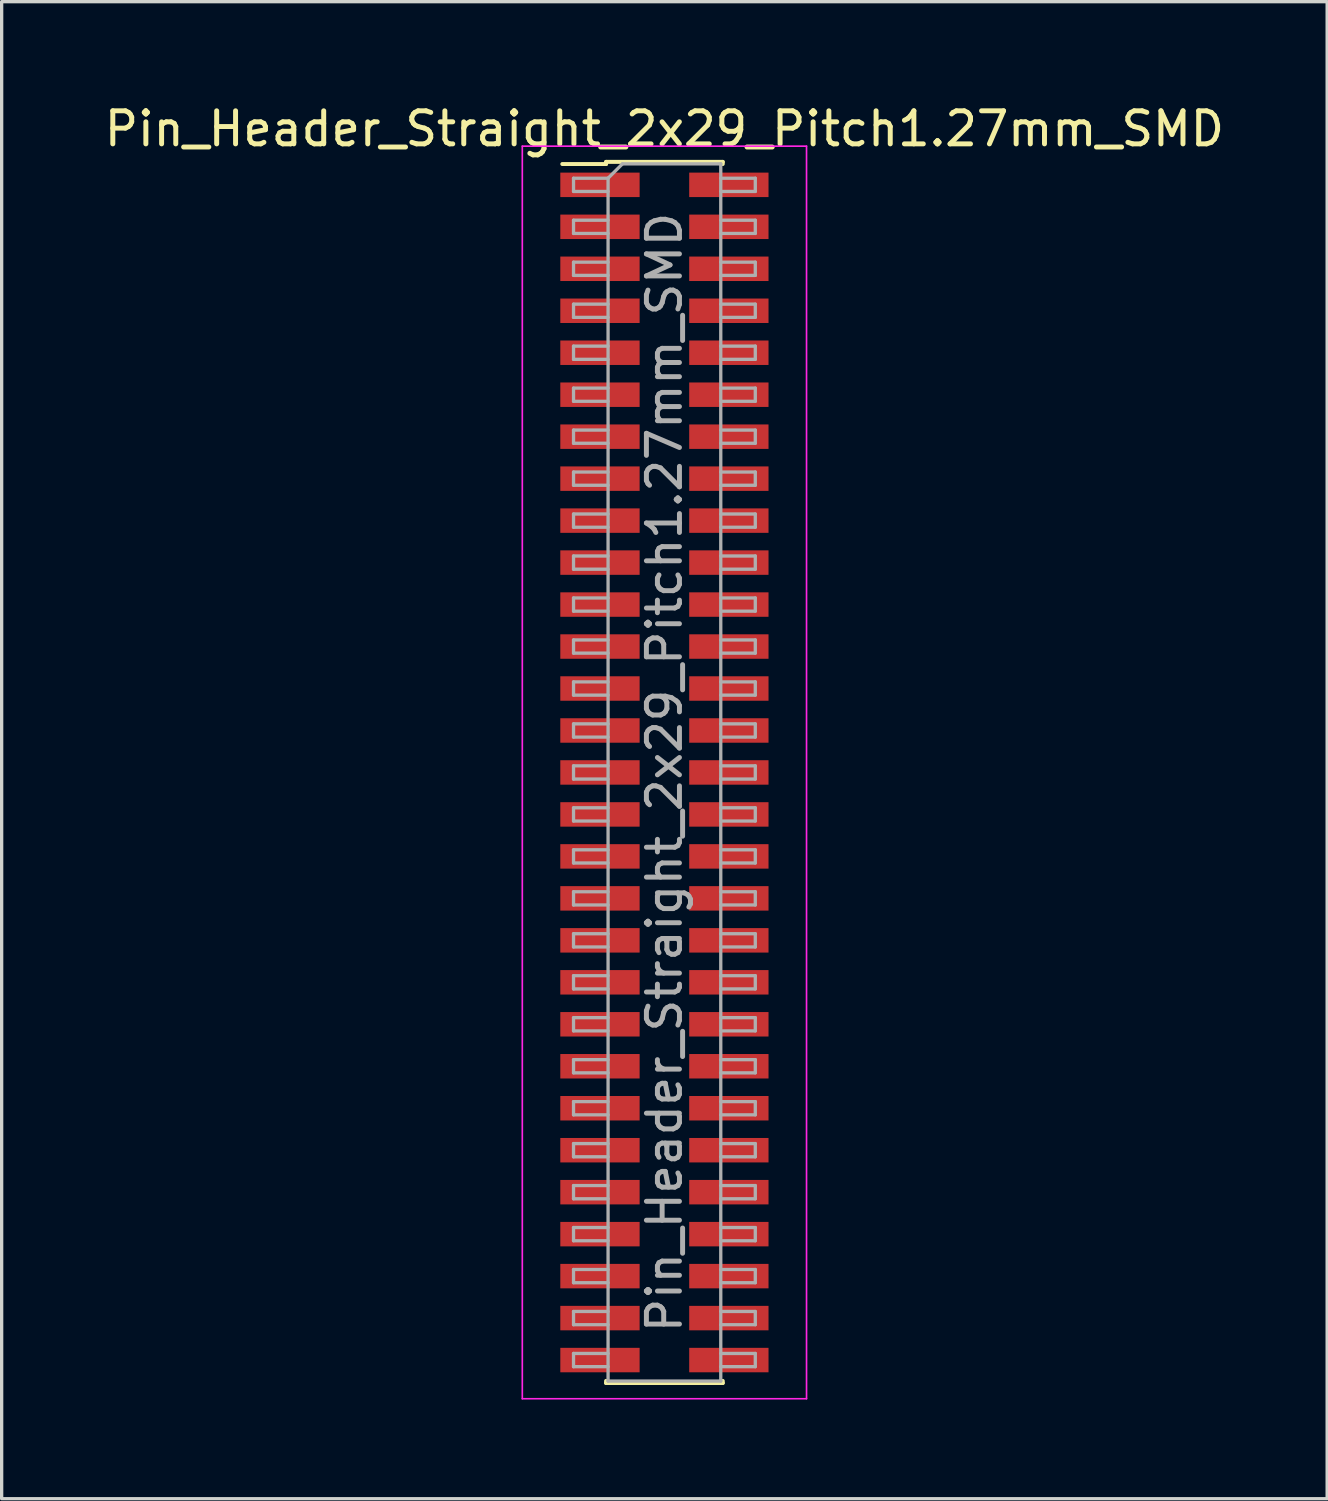
<source format=kicad_pcb>
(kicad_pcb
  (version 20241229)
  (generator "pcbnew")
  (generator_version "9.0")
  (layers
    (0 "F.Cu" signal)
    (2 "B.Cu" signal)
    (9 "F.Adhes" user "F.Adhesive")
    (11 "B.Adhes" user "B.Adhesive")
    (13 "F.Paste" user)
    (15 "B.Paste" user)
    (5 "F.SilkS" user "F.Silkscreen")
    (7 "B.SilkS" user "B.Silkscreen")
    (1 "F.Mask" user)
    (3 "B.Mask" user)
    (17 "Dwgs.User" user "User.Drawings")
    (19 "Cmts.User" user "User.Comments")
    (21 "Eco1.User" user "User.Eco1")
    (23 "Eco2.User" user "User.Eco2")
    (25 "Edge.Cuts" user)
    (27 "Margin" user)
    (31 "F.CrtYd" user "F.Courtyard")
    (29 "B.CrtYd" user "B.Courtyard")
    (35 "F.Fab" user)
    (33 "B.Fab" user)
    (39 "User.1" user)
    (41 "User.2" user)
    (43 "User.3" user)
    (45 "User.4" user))
  (footprint "Pin_Header_Straight_2x29_Pitch1.27mm_SMD"
    (layer "F.Cu")
    (at 17.054 20.323)
    (property "Reference" "Pin_Header_Straight_2x29_Pitch1.27mm_SMD" (at 0 -19.475 0) (layer "F.SilkS") (effects (font (size 1 1) (thickness 0.15))))
    (attr smd)
    (fp_line (start -3.09 -18.41) (end -1.765 -18.41) (stroke (width 0.12) (type solid)) (layer "F.SilkS"))
    (fp_line (start -1.765 -18.475) (end -1.765 -18.41) (stroke (width 0.12) (type solid)) (layer "F.SilkS"))
    (fp_line (start -1.765 -18.475) (end 1.765 -18.475) (stroke (width 0.12) (type solid)) (layer "F.SilkS"))
    (fp_line (start -1.765 18.41) (end -1.765 18.475) (stroke (width 0.12) (type solid)) (layer "F.SilkS"))
    (fp_line (start -1.765 18.475) (end 1.765 18.475) (stroke (width 0.12) (type solid)) (layer "F.SilkS"))
    (fp_line (start 1.765 -18.475) (end 1.765 -18.41) (stroke (width 0.12) (type solid)) (layer "F.SilkS"))
    (fp_line (start 1.765 18.41) (end 1.765 18.475) (stroke (width 0.12) (type solid)) (layer "F.SilkS"))
    (fp_line (start -4.3 -18.95) (end -4.3 18.95) (stroke (width 0.05) (type solid)) (layer "F.CrtYd"))
    (fp_line (start -4.3 18.95) (end 4.3 18.95) (stroke (width 0.05) (type solid)) (layer "F.CrtYd"))
    (fp_line (start 4.3 -18.95) (end -4.3 -18.95) (stroke (width 0.05) (type solid)) (layer "F.CrtYd"))
    (fp_line (start 4.3 18.95) (end 4.3 -18.95) (stroke (width 0.05) (type solid)) (layer "F.CrtYd"))
    (fp_line (start -2.75 -17.98) (end -2.75 -17.58) (stroke (width 0.1) (type solid)) (layer "F.Fab"))
    (fp_line (start -2.75 -17.58) (end -1.705 -17.58) (stroke (width 0.1) (type solid)) (layer "F.Fab"))
    (fp_line (start -2.75 -16.71) (end -2.75 -16.31) (stroke (width 0.1) (type solid)) (layer "F.Fab"))
    (fp_line (start -2.75 -16.31) (end -1.705 -16.31) (stroke (width 0.1) (type solid)) (layer "F.Fab"))
    (fp_line (start -2.75 -15.44) (end -2.75 -15.04) (stroke (width 0.1) (type solid)) (layer "F.Fab"))
    (fp_line (start -2.75 -15.04) (end -1.705 -15.04) (stroke (width 0.1) (type solid)) (layer "F.Fab"))
    (fp_line (start -2.75 -14.17) (end -2.75 -13.77) (stroke (width 0.1) (type solid)) (layer "F.Fab"))
    (fp_line (start -2.75 -13.77) (end -1.705 -13.77) (stroke (width 0.1) (type solid)) (layer "F.Fab"))
    (fp_line (start -2.75 -12.9) (end -2.75 -12.5) (stroke (width 0.1) (type solid)) (layer "F.Fab"))
    (fp_line (start -2.75 -12.5) (end -1.705 -12.5) (stroke (width 0.1) (type solid)) (layer "F.Fab"))
    (fp_line (start -2.75 -11.63) (end -2.75 -11.23) (stroke (width 0.1) (type solid)) (layer "F.Fab"))
    (fp_line (start -2.75 -11.23) (end -1.705 -11.23) (stroke (width 0.1) (type solid)) (layer "F.Fab"))
    (fp_line (start -2.75 -10.36) (end -2.75 -9.96) (stroke (width 0.1) (type solid)) (layer "F.Fab"))
    (fp_line (start -2.75 -9.96) (end -1.705 -9.96) (stroke (width 0.1) (type solid)) (layer "F.Fab"))
    (fp_line (start -2.75 -9.09) (end -2.75 -8.69) (stroke (width 0.1) (type solid)) (layer "F.Fab"))
    (fp_line (start -2.75 -8.69) (end -1.705 -8.69) (stroke (width 0.1) (type solid)) (layer "F.Fab"))
    (fp_line (start -2.75 -7.82) (end -2.75 -7.42) (stroke (width 0.1) (type solid)) (layer "F.Fab"))
    (fp_line (start -2.75 -7.42) (end -1.705 -7.42) (stroke (width 0.1) (type solid)) (layer "F.Fab"))
    (fp_line (start -2.75 -6.55) (end -2.75 -6.15) (stroke (width 0.1) (type solid)) (layer "F.Fab"))
    (fp_line (start -2.75 -6.15) (end -1.705 -6.15) (stroke (width 0.1) (type solid)) (layer "F.Fab"))
    (fp_line (start -2.75 -5.28) (end -2.75 -4.88) (stroke (width 0.1) (type solid)) (layer "F.Fab"))
    (fp_line (start -2.75 -4.88) (end -1.705 -4.88) (stroke (width 0.1) (type solid)) (layer "F.Fab"))
    (fp_line (start -2.75 -4.01) (end -2.75 -3.61) (stroke (width 0.1) (type solid)) (layer "F.Fab"))
    (fp_line (start -2.75 -3.61) (end -1.705 -3.61) (stroke (width 0.1) (type solid)) (layer "F.Fab"))
    (fp_line (start -2.75 -2.74) (end -2.75 -2.34) (stroke (width 0.1) (type solid)) (layer "F.Fab"))
    (fp_line (start -2.75 -2.34) (end -1.705 -2.34) (stroke (width 0.1) (type solid)) (layer "F.Fab"))
    (fp_line (start -2.75 -1.47) (end -2.75 -1.07) (stroke (width 0.1) (type solid)) (layer "F.Fab"))
    (fp_line (start -2.75 -1.07) (end -1.705 -1.07) (stroke (width 0.1) (type solid)) (layer "F.Fab"))
    (fp_line (start -2.75 -0.2) (end -2.75 0.2) (stroke (width 0.1) (type solid)) (layer "F.Fab"))
    (fp_line (start -2.75 0.2) (end -1.705 0.2) (stroke (width 0.1) (type solid)) (layer "F.Fab"))
    (fp_line (start -2.75 1.07) (end -2.75 1.47) (stroke (width 0.1) (type solid)) (layer "F.Fab"))
    (fp_line (start -2.75 1.47) (end -1.705 1.47) (stroke (width 0.1) (type solid)) (layer "F.Fab"))
    (fp_line (start -2.75 2.34) (end -2.75 2.74) (stroke (width 0.1) (type solid)) (layer "F.Fab"))
    (fp_line (start -2.75 2.74) (end -1.705 2.74) (stroke (width 0.1) (type solid)) (layer "F.Fab"))
    (fp_line (start -2.75 3.61) (end -2.75 4.01) (stroke (width 0.1) (type solid)) (layer "F.Fab"))
    (fp_line (start -2.75 4.01) (end -1.705 4.01) (stroke (width 0.1) (type solid)) (layer "F.Fab"))
    (fp_line (start -2.75 4.88) (end -2.75 5.28) (stroke (width 0.1) (type solid)) (layer "F.Fab"))
    (fp_line (start -2.75 5.28) (end -1.705 5.28) (stroke (width 0.1) (type solid)) (layer "F.Fab"))
    (fp_line (start -2.75 6.15) (end -2.75 6.55) (stroke (width 0.1) (type solid)) (layer "F.Fab"))
    (fp_line (start -2.75 6.55) (end -1.705 6.55) (stroke (width 0.1) (type solid)) (layer "F.Fab"))
    (fp_line (start -2.75 7.42) (end -2.75 7.82) (stroke (width 0.1) (type solid)) (layer "F.Fab"))
    (fp_line (start -2.75 7.82) (end -1.705 7.82) (stroke (width 0.1) (type solid)) (layer "F.Fab"))
    (fp_line (start -2.75 8.69) (end -2.75 9.09) (stroke (width 0.1) (type solid)) (layer "F.Fab"))
    (fp_line (start -2.75 9.09) (end -1.705 9.09) (stroke (width 0.1) (type solid)) (layer "F.Fab"))
    (fp_line (start -2.75 9.96) (end -2.75 10.36) (stroke (width 0.1) (type solid)) (layer "F.Fab"))
    (fp_line (start -2.75 10.36) (end -1.705 10.36) (stroke (width 0.1) (type solid)) (layer "F.Fab"))
    (fp_line (start -2.75 11.23) (end -2.75 11.63) (stroke (width 0.1) (type solid)) (layer "F.Fab"))
    (fp_line (start -2.75 11.63) (end -1.705 11.63) (stroke (width 0.1) (type solid)) (layer "F.Fab"))
    (fp_line (start -2.75 12.5) (end -2.75 12.9) (stroke (width 0.1) (type solid)) (layer "F.Fab"))
    (fp_line (start -2.75 12.9) (end -1.705 12.9) (stroke (width 0.1) (type solid)) (layer "F.Fab"))
    (fp_line (start -2.75 13.77) (end -2.75 14.17) (stroke (width 0.1) (type solid)) (layer "F.Fab"))
    (fp_line (start -2.75 14.17) (end -1.705 14.17) (stroke (width 0.1) (type solid)) (layer "F.Fab"))
    (fp_line (start -2.75 15.04) (end -2.75 15.44) (stroke (width 0.1) (type solid)) (layer "F.Fab"))
    (fp_line (start -2.75 15.44) (end -1.705 15.44) (stroke (width 0.1) (type solid)) (layer "F.Fab"))
    (fp_line (start -2.75 16.31) (end -2.75 16.71) (stroke (width 0.1) (type solid)) (layer "F.Fab"))
    (fp_line (start -2.75 16.71) (end -1.705 16.71) (stroke (width 0.1) (type solid)) (layer "F.Fab"))
    (fp_line (start -2.75 17.58) (end -2.75 17.98) (stroke (width 0.1) (type solid)) (layer "F.Fab"))
    (fp_line (start -2.75 17.98) (end -1.705 17.98) (stroke (width 0.1) (type solid)) (layer "F.Fab"))
    (fp_line (start -1.705 -17.98) (end -2.75 -17.98) (stroke (width 0.1) (type solid)) (layer "F.Fab"))
    (fp_line (start -1.705 -17.98) (end -1.27 -18.415) (stroke (width 0.1) (type solid)) (layer "F.Fab"))
    (fp_line (start -1.705 -16.71) (end -2.75 -16.71) (stroke (width 0.1) (type solid)) (layer "F.Fab"))
    (fp_line (start -1.705 -15.44) (end -2.75 -15.44) (stroke (width 0.1) (type solid)) (layer "F.Fab"))
    (fp_line (start -1.705 -14.17) (end -2.75 -14.17) (stroke (width 0.1) (type solid)) (layer "F.Fab"))
    (fp_line (start -1.705 -12.9) (end -2.75 -12.9) (stroke (width 0.1) (type solid)) (layer "F.Fab"))
    (fp_line (start -1.705 -11.63) (end -2.75 -11.63) (stroke (width 0.1) (type solid)) (layer "F.Fab"))
    (fp_line (start -1.705 -10.36) (end -2.75 -10.36) (stroke (width 0.1) (type solid)) (layer "F.Fab"))
    (fp_line (start -1.705 -9.09) (end -2.75 -9.09) (stroke (width 0.1) (type solid)) (layer "F.Fab"))
    (fp_line (start -1.705 -7.82) (end -2.75 -7.82) (stroke (width 0.1) (type solid)) (layer "F.Fab"))
    (fp_line (start -1.705 -6.55) (end -2.75 -6.55) (stroke (width 0.1) (type solid)) (layer "F.Fab"))
    (fp_line (start -1.705 -5.28) (end -2.75 -5.28) (stroke (width 0.1) (type solid)) (layer "F.Fab"))
    (fp_line (start -1.705 -4.01) (end -2.75 -4.01) (stroke (width 0.1) (type solid)) (layer "F.Fab"))
    (fp_line (start -1.705 -2.74) (end -2.75 -2.74) (stroke (width 0.1) (type solid)) (layer "F.Fab"))
    (fp_line (start -1.705 -1.47) (end -2.75 -1.47) (stroke (width 0.1) (type solid)) (layer "F.Fab"))
    (fp_line (start -1.705 -0.2) (end -2.75 -0.2) (stroke (width 0.1) (type solid)) (layer "F.Fab"))
    (fp_line (start -1.705 1.07) (end -2.75 1.07) (stroke (width 0.1) (type solid)) (layer "F.Fab"))
    (fp_line (start -1.705 2.34) (end -2.75 2.34) (stroke (width 0.1) (type solid)) (layer "F.Fab"))
    (fp_line (start -1.705 3.61) (end -2.75 3.61) (stroke (width 0.1) (type solid)) (layer "F.Fab"))
    (fp_line (start -1.705 4.88) (end -2.75 4.88) (stroke (width 0.1) (type solid)) (layer "F.Fab"))
    (fp_line (start -1.705 6.15) (end -2.75 6.15) (stroke (width 0.1) (type solid)) (layer "F.Fab"))
    (fp_line (start -1.705 7.42) (end -2.75 7.42) (stroke (width 0.1) (type solid)) (layer "F.Fab"))
    (fp_line (start -1.705 8.69) (end -2.75 8.69) (stroke (width 0.1) (type solid)) (layer "F.Fab"))
    (fp_line (start -1.705 9.96) (end -2.75 9.96) (stroke (width 0.1) (type solid)) (layer "F.Fab"))
    (fp_line (start -1.705 11.23) (end -2.75 11.23) (stroke (width 0.1) (type solid)) (layer "F.Fab"))
    (fp_line (start -1.705 12.5) (end -2.75 12.5) (stroke (width 0.1) (type solid)) (layer "F.Fab"))
    (fp_line (start -1.705 13.77) (end -2.75 13.77) (stroke (width 0.1) (type solid)) (layer "F.Fab"))
    (fp_line (start -1.705 15.04) (end -2.75 15.04) (stroke (width 0.1) (type solid)) (layer "F.Fab"))
    (fp_line (start -1.705 16.31) (end -2.75 16.31) (stroke (width 0.1) (type solid)) (layer "F.Fab"))
    (fp_line (start -1.705 17.58) (end -2.75 17.58) (stroke (width 0.1) (type solid)) (layer "F.Fab"))
    (fp_line (start -1.705 18.415) (end -1.705 -17.98) (stroke (width 0.1) (type solid)) (layer "F.Fab"))
    (fp_line (start -1.27 -18.415) (end 1.705 -18.415) (stroke (width 0.1) (type solid)) (layer "F.Fab"))
    (fp_line (start 1.705 -18.415) (end 1.705 18.415) (stroke (width 0.1) (type solid)) (layer "F.Fab"))
    (fp_line (start 1.705 -17.98) (end 2.75 -17.98) (stroke (width 0.1) (type solid)) (layer "F.Fab"))
    (fp_line (start 1.705 -16.71) (end 2.75 -16.71) (stroke (width 0.1) (type solid)) (layer "F.Fab"))
    (fp_line (start 1.705 -15.44) (end 2.75 -15.44) (stroke (width 0.1) (type solid)) (layer "F.Fab"))
    (fp_line (start 1.705 -14.17) (end 2.75 -14.17) (stroke (width 0.1) (type solid)) (layer "F.Fab"))
    (fp_line (start 1.705 -12.9) (end 2.75 -12.9) (stroke (width 0.1) (type solid)) (layer "F.Fab"))
    (fp_line (start 1.705 -11.63) (end 2.75 -11.63) (stroke (width 0.1) (type solid)) (layer "F.Fab"))
    (fp_line (start 1.705 -10.36) (end 2.75 -10.36) (stroke (width 0.1) (type solid)) (layer "F.Fab"))
    (fp_line (start 1.705 -9.09) (end 2.75 -9.09) (stroke (width 0.1) (type solid)) (layer "F.Fab"))
    (fp_line (start 1.705 -7.82) (end 2.75 -7.82) (stroke (width 0.1) (type solid)) (layer "F.Fab"))
    (fp_line (start 1.705 -6.55) (end 2.75 -6.55) (stroke (width 0.1) (type solid)) (layer "F.Fab"))
    (fp_line (start 1.705 -5.28) (end 2.75 -5.28) (stroke (width 0.1) (type solid)) (layer "F.Fab"))
    (fp_line (start 1.705 -4.01) (end 2.75 -4.01) (stroke (width 0.1) (type solid)) (layer "F.Fab"))
    (fp_line (start 1.705 -2.74) (end 2.75 -2.74) (stroke (width 0.1) (type solid)) (layer "F.Fab"))
    (fp_line (start 1.705 -1.47) (end 2.75 -1.47) (stroke (width 0.1) (type solid)) (layer "F.Fab"))
    (fp_line (start 1.705 -0.2) (end 2.75 -0.2) (stroke (width 0.1) (type solid)) (layer "F.Fab"))
    (fp_line (start 1.705 1.07) (end 2.75 1.07) (stroke (width 0.1) (type solid)) (layer "F.Fab"))
    (fp_line (start 1.705 2.34) (end 2.75 2.34) (stroke (width 0.1) (type solid)) (layer "F.Fab"))
    (fp_line (start 1.705 3.61) (end 2.75 3.61) (stroke (width 0.1) (type solid)) (layer "F.Fab"))
    (fp_line (start 1.705 4.88) (end 2.75 4.88) (stroke (width 0.1) (type solid)) (layer "F.Fab"))
    (fp_line (start 1.705 6.15) (end 2.75 6.15) (stroke (width 0.1) (type solid)) (layer "F.Fab"))
    (fp_line (start 1.705 7.42) (end 2.75 7.42) (stroke (width 0.1) (type solid)) (layer "F.Fab"))
    (fp_line (start 1.705 8.69) (end 2.75 8.69) (stroke (width 0.1) (type solid)) (layer "F.Fab"))
    (fp_line (start 1.705 9.96) (end 2.75 9.96) (stroke (width 0.1) (type solid)) (layer "F.Fab"))
    (fp_line (start 1.705 11.23) (end 2.75 11.23) (stroke (width 0.1) (type solid)) (layer "F.Fab"))
    (fp_line (start 1.705 12.5) (end 2.75 12.5) (stroke (width 0.1) (type solid)) (layer "F.Fab"))
    (fp_line (start 1.705 13.77) (end 2.75 13.77) (stroke (width 0.1) (type solid)) (layer "F.Fab"))
    (fp_line (start 1.705 15.04) (end 2.75 15.04) (stroke (width 0.1) (type solid)) (layer "F.Fab"))
    (fp_line (start 1.705 16.31) (end 2.75 16.31) (stroke (width 0.1) (type solid)) (layer "F.Fab"))
    (fp_line (start 1.705 17.58) (end 2.75 17.58) (stroke (width 0.1) (type solid)) (layer "F.Fab"))
    (fp_line (start 1.705 18.415) (end -1.705 18.415) (stroke (width 0.1) (type solid)) (layer "F.Fab"))
    (fp_line (start 2.75 -17.98) (end 2.75 -17.58) (stroke (width 0.1) (type solid)) (layer "F.Fab"))
    (fp_line (start 2.75 -17.58) (end 1.705 -17.58) (stroke (width 0.1) (type solid)) (layer "F.Fab"))
    (fp_line (start 2.75 -16.71) (end 2.75 -16.31) (stroke (width 0.1) (type solid)) (layer "F.Fab"))
    (fp_line (start 2.75 -16.31) (end 1.705 -16.31) (stroke (width 0.1) (type solid)) (layer "F.Fab"))
    (fp_line (start 2.75 -15.44) (end 2.75 -15.04) (stroke (width 0.1) (type solid)) (layer "F.Fab"))
    (fp_line (start 2.75 -15.04) (end 1.705 -15.04) (stroke (width 0.1) (type solid)) (layer "F.Fab"))
    (fp_line (start 2.75 -14.17) (end 2.75 -13.77) (stroke (width 0.1) (type solid)) (layer "F.Fab"))
    (fp_line (start 2.75 -13.77) (end 1.705 -13.77) (stroke (width 0.1) (type solid)) (layer "F.Fab"))
    (fp_line (start 2.75 -12.9) (end 2.75 -12.5) (stroke (width 0.1) (type solid)) (layer "F.Fab"))
    (fp_line (start 2.75 -12.5) (end 1.705 -12.5) (stroke (width 0.1) (type solid)) (layer "F.Fab"))
    (fp_line (start 2.75 -11.63) (end 2.75 -11.23) (stroke (width 0.1) (type solid)) (layer "F.Fab"))
    (fp_line (start 2.75 -11.23) (end 1.705 -11.23) (stroke (width 0.1) (type solid)) (layer "F.Fab"))
    (fp_line (start 2.75 -10.36) (end 2.75 -9.96) (stroke (width 0.1) (type solid)) (layer "F.Fab"))
    (fp_line (start 2.75 -9.96) (end 1.705 -9.96) (stroke (width 0.1) (type solid)) (layer "F.Fab"))
    (fp_line (start 2.75 -9.09) (end 2.75 -8.69) (stroke (width 0.1) (type solid)) (layer "F.Fab"))
    (fp_line (start 2.75 -8.69) (end 1.705 -8.69) (stroke (width 0.1) (type solid)) (layer "F.Fab"))
    (fp_line (start 2.75 -7.82) (end 2.75 -7.42) (stroke (width 0.1) (type solid)) (layer "F.Fab"))
    (fp_line (start 2.75 -7.42) (end 1.705 -7.42) (stroke (width 0.1) (type solid)) (layer "F.Fab"))
    (fp_line (start 2.75 -6.55) (end 2.75 -6.15) (stroke (width 0.1) (type solid)) (layer "F.Fab"))
    (fp_line (start 2.75 -6.15) (end 1.705 -6.15) (stroke (width 0.1) (type solid)) (layer "F.Fab"))
    (fp_line (start 2.75 -5.28) (end 2.75 -4.88) (stroke (width 0.1) (type solid)) (layer "F.Fab"))
    (fp_line (start 2.75 -4.88) (end 1.705 -4.88) (stroke (width 0.1) (type solid)) (layer "F.Fab"))
    (fp_line (start 2.75 -4.01) (end 2.75 -3.61) (stroke (width 0.1) (type solid)) (layer "F.Fab"))
    (fp_line (start 2.75 -3.61) (end 1.705 -3.61) (stroke (width 0.1) (type solid)) (layer "F.Fab"))
    (fp_line (start 2.75 -2.74) (end 2.75 -2.34) (stroke (width 0.1) (type solid)) (layer "F.Fab"))
    (fp_line (start 2.75 -2.34) (end 1.705 -2.34) (stroke (width 0.1) (type solid)) (layer "F.Fab"))
    (fp_line (start 2.75 -1.47) (end 2.75 -1.07) (stroke (width 0.1) (type solid)) (layer "F.Fab"))
    (fp_line (start 2.75 -1.07) (end 1.705 -1.07) (stroke (width 0.1) (type solid)) (layer "F.Fab"))
    (fp_line (start 2.75 -0.2) (end 2.75 0.2) (stroke (width 0.1) (type solid)) (layer "F.Fab"))
    (fp_line (start 2.75 0.2) (end 1.705 0.2) (stroke (width 0.1) (type solid)) (layer "F.Fab"))
    (fp_line (start 2.75 1.07) (end 2.75 1.47) (stroke (width 0.1) (type solid)) (layer "F.Fab"))
    (fp_line (start 2.75 1.47) (end 1.705 1.47) (stroke (width 0.1) (type solid)) (layer "F.Fab"))
    (fp_line (start 2.75 2.34) (end 2.75 2.74) (stroke (width 0.1) (type solid)) (layer "F.Fab"))
    (fp_line (start 2.75 2.74) (end 1.705 2.74) (stroke (width 0.1) (type solid)) (layer "F.Fab"))
    (fp_line (start 2.75 3.61) (end 2.75 4.01) (stroke (width 0.1) (type solid)) (layer "F.Fab"))
    (fp_line (start 2.75 4.01) (end 1.705 4.01) (stroke (width 0.1) (type solid)) (layer "F.Fab"))
    (fp_line (start 2.75 4.88) (end 2.75 5.28) (stroke (width 0.1) (type solid)) (layer "F.Fab"))
    (fp_line (start 2.75 5.28) (end 1.705 5.28) (stroke (width 0.1) (type solid)) (layer "F.Fab"))
    (fp_line (start 2.75 6.15) (end 2.75 6.55) (stroke (width 0.1) (type solid)) (layer "F.Fab"))
    (fp_line (start 2.75 6.55) (end 1.705 6.55) (stroke (width 0.1) (type solid)) (layer "F.Fab"))
    (fp_line (start 2.75 7.42) (end 2.75 7.82) (stroke (width 0.1) (type solid)) (layer "F.Fab"))
    (fp_line (start 2.75 7.82) (end 1.705 7.82) (stroke (width 0.1) (type solid)) (layer "F.Fab"))
    (fp_line (start 2.75 8.69) (end 2.75 9.09) (stroke (width 0.1) (type solid)) (layer "F.Fab"))
    (fp_line (start 2.75 9.09) (end 1.705 9.09) (stroke (width 0.1) (type solid)) (layer "F.Fab"))
    (fp_line (start 2.75 9.96) (end 2.75 10.36) (stroke (width 0.1) (type solid)) (layer "F.Fab"))
    (fp_line (start 2.75 10.36) (end 1.705 10.36) (stroke (width 0.1) (type solid)) (layer "F.Fab"))
    (fp_line (start 2.75 11.23) (end 2.75 11.63) (stroke (width 0.1) (type solid)) (layer "F.Fab"))
    (fp_line (start 2.75 11.63) (end 1.705 11.63) (stroke (width 0.1) (type solid)) (layer "F.Fab"))
    (fp_line (start 2.75 12.5) (end 2.75 12.9) (stroke (width 0.1) (type solid)) (layer "F.Fab"))
    (fp_line (start 2.75 12.9) (end 1.705 12.9) (stroke (width 0.1) (type solid)) (layer "F.Fab"))
    (fp_line (start 2.75 13.77) (end 2.75 14.17) (stroke (width 0.1) (type solid)) (layer "F.Fab"))
    (fp_line (start 2.75 14.17) (end 1.705 14.17) (stroke (width 0.1) (type solid)) (layer "F.Fab"))
    (fp_line (start 2.75 15.04) (end 2.75 15.44) (stroke (width 0.1) (type solid)) (layer "F.Fab"))
    (fp_line (start 2.75 15.44) (end 1.705 15.44) (stroke (width 0.1) (type solid)) (layer "F.Fab"))
    (fp_line (start 2.75 16.31) (end 2.75 16.71) (stroke (width 0.1) (type solid)) (layer "F.Fab"))
    (fp_line (start 2.75 16.71) (end 1.705 16.71) (stroke (width 0.1) (type solid)) (layer "F.Fab"))
    (fp_line (start 2.75 17.58) (end 2.75 17.98) (stroke (width 0.1) (type solid)) (layer "F.Fab"))
    (fp_line (start 2.75 17.98) (end 1.705 17.98) (stroke (width 0.1) (type solid)) (layer "F.Fab"))
    (fp_text user "${REFERENCE}" (at 0 0 90) (layer "F.Fab") (effects (font (size 1 1) (thickness 0.15))))
    (pad "1" smd rect (at -1.95 -17.78) (size 2.4 0.74) (layers "F.Cu" "F.Mask" "F.Paste"))
    (pad "2" smd rect (at 1.95 -17.78) (size 2.4 0.74) (layers "F.Cu" "F.Mask" "F.Paste"))
    (pad "3" smd rect (at -1.95 -16.51) (size 2.4 0.74) (layers "F.Cu" "F.Mask" "F.Paste"))
    (pad "4" smd rect (at 1.95 -16.51) (size 2.4 0.74) (layers "F.Cu" "F.Mask" "F.Paste"))
    (pad "5" smd rect (at -1.95 -15.24) (size 2.4 0.74) (layers "F.Cu" "F.Mask" "F.Paste"))
    (pad "6" smd rect (at 1.95 -15.24) (size 2.4 0.74) (layers "F.Cu" "F.Mask" "F.Paste"))
    (pad "7" smd rect (at -1.95 -13.97) (size 2.4 0.74) (layers "F.Cu" "F.Mask" "F.Paste"))
    (pad "8" smd rect (at 1.95 -13.97) (size 2.4 0.74) (layers "F.Cu" "F.Mask" "F.Paste"))
    (pad "9" smd rect (at -1.95 -12.7) (size 2.4 0.74) (layers "F.Cu" "F.Mask" "F.Paste"))
    (pad "10" smd rect (at 1.95 -12.7) (size 2.4 0.74) (layers "F.Cu" "F.Mask" "F.Paste"))
    (pad "11" smd rect (at -1.95 -11.43) (size 2.4 0.74) (layers "F.Cu" "F.Mask" "F.Paste"))
    (pad "12" smd rect (at 1.95 -11.43) (size 2.4 0.74) (layers "F.Cu" "F.Mask" "F.Paste"))
    (pad "13" smd rect (at -1.95 -10.16) (size 2.4 0.74) (layers "F.Cu" "F.Mask" "F.Paste"))
    (pad "14" smd rect (at 1.95 -10.16) (size 2.4 0.74) (layers "F.Cu" "F.Mask" "F.Paste"))
    (pad "15" smd rect (at -1.95 -8.89) (size 2.4 0.74) (layers "F.Cu" "F.Mask" "F.Paste"))
    (pad "16" smd rect (at 1.95 -8.89) (size 2.4 0.74) (layers "F.Cu" "F.Mask" "F.Paste"))
    (pad "17" smd rect (at -1.95 -7.62) (size 2.4 0.74) (layers "F.Cu" "F.Mask" "F.Paste"))
    (pad "18" smd rect (at 1.95 -7.62) (size 2.4 0.74) (layers "F.Cu" "F.Mask" "F.Paste"))
    (pad "19" smd rect (at -1.95 -6.35) (size 2.4 0.74) (layers "F.Cu" "F.Mask" "F.Paste"))
    (pad "20" smd rect (at 1.95 -6.35) (size 2.4 0.74) (layers "F.Cu" "F.Mask" "F.Paste"))
    (pad "21" smd rect (at -1.95 -5.08) (size 2.4 0.74) (layers "F.Cu" "F.Mask" "F.Paste"))
    (pad "22" smd rect (at 1.95 -5.08) (size 2.4 0.74) (layers "F.Cu" "F.Mask" "F.Paste"))
    (pad "23" smd rect (at -1.95 -3.81) (size 2.4 0.74) (layers "F.Cu" "F.Mask" "F.Paste"))
    (pad "24" smd rect (at 1.95 -3.81) (size 2.4 0.74) (layers "F.Cu" "F.Mask" "F.Paste"))
    (pad "25" smd rect (at -1.95 -2.54) (size 2.4 0.74) (layers "F.Cu" "F.Mask" "F.Paste"))
    (pad "26" smd rect (at 1.95 -2.54) (size 2.4 0.74) (layers "F.Cu" "F.Mask" "F.Paste"))
    (pad "27" smd rect (at -1.95 -1.27) (size 2.4 0.74) (layers "F.Cu" "F.Mask" "F.Paste"))
    (pad "28" smd rect (at 1.95 -1.27) (size 2.4 0.74) (layers "F.Cu" "F.Mask" "F.Paste"))
    (pad "29" smd rect (at -1.95 0) (size 2.4 0.74) (layers "F.Cu" "F.Mask" "F.Paste"))
    (pad "30" smd rect (at 1.95 0) (size 2.4 0.74) (layers "F.Cu" "F.Mask" "F.Paste"))
    (pad "31" smd rect (at -1.95 1.27) (size 2.4 0.74) (layers "F.Cu" "F.Mask" "F.Paste"))
    (pad "32" smd rect (at 1.95 1.27) (size 2.4 0.74) (layers "F.Cu" "F.Mask" "F.Paste"))
    (pad "33" smd rect (at -1.95 2.54) (size 2.4 0.74) (layers "F.Cu" "F.Mask" "F.Paste"))
    (pad "34" smd rect (at 1.95 2.54) (size 2.4 0.74) (layers "F.Cu" "F.Mask" "F.Paste"))
    (pad "35" smd rect (at -1.95 3.81) (size 2.4 0.74) (layers "F.Cu" "F.Mask" "F.Paste"))
    (pad "36" smd rect (at 1.95 3.81) (size 2.4 0.74) (layers "F.Cu" "F.Mask" "F.Paste"))
    (pad "37" smd rect (at -1.95 5.08) (size 2.4 0.74) (layers "F.Cu" "F.Mask" "F.Paste"))
    (pad "38" smd rect (at 1.95 5.08) (size 2.4 0.74) (layers "F.Cu" "F.Mask" "F.Paste"))
    (pad "39" smd rect (at -1.95 6.35) (size 2.4 0.74) (layers "F.Cu" "F.Mask" "F.Paste"))
    (pad "40" smd rect (at 1.95 6.35) (size 2.4 0.74) (layers "F.Cu" "F.Mask" "F.Paste"))
    (pad "41" smd rect (at -1.95 7.62) (size 2.4 0.74) (layers "F.Cu" "F.Mask" "F.Paste"))
    (pad "42" smd rect (at 1.95 7.62) (size 2.4 0.74) (layers "F.Cu" "F.Mask" "F.Paste"))
    (pad "43" smd rect (at -1.95 8.89) (size 2.4 0.74) (layers "F.Cu" "F.Mask" "F.Paste"))
    (pad "44" smd rect (at 1.95 8.89) (size 2.4 0.74) (layers "F.Cu" "F.Mask" "F.Paste"))
    (pad "45" smd rect (at -1.95 10.16) (size 2.4 0.74) (layers "F.Cu" "F.Mask" "F.Paste"))
    (pad "46" smd rect (at 1.95 10.16) (size 2.4 0.74) (layers "F.Cu" "F.Mask" "F.Paste"))
    (pad "47" smd rect (at -1.95 11.43) (size 2.4 0.74) (layers "F.Cu" "F.Mask" "F.Paste"))
    (pad "48" smd rect (at 1.95 11.43) (size 2.4 0.74) (layers "F.Cu" "F.Mask" "F.Paste"))
    (pad "49" smd rect (at -1.95 12.7) (size 2.4 0.74) (layers "F.Cu" "F.Mask" "F.Paste"))
    (pad "50" smd rect (at 1.95 12.7) (size 2.4 0.74) (layers "F.Cu" "F.Mask" "F.Paste"))
    (pad "51" smd rect (at -1.95 13.97) (size 2.4 0.74) (layers "F.Cu" "F.Mask" "F.Paste"))
    (pad "52" smd rect (at 1.95 13.97) (size 2.4 0.74) (layers "F.Cu" "F.Mask" "F.Paste"))
    (pad "53" smd rect (at -1.95 15.24) (size 2.4 0.74) (layers "F.Cu" "F.Mask" "F.Paste"))
    (pad "54" smd rect (at 1.95 15.24) (size 2.4 0.74) (layers "F.Cu" "F.Mask" "F.Paste"))
    (pad "55" smd rect (at -1.95 16.51) (size 2.4 0.74) (layers "F.Cu" "F.Mask" "F.Paste"))
    (pad "56" smd rect (at 1.95 16.51) (size 2.4 0.74) (layers "F.Cu" "F.Mask" "F.Paste"))
    (pad "57" smd rect (at -1.95 17.78) (size 2.4 0.74) (layers "F.Cu" "F.Mask" "F.Paste"))
    (pad "58" smd rect (at 1.95 17.78) (size 2.4 0.74) (layers "F.Cu" "F.Mask" "F.Paste")))
  (gr_rect
    (start -3 -3)
    (end 37.107 42.298)
    (stroke (width 0.1) (type default))
    (fill no)
    (layer "Edge.Cuts")))
</source>
